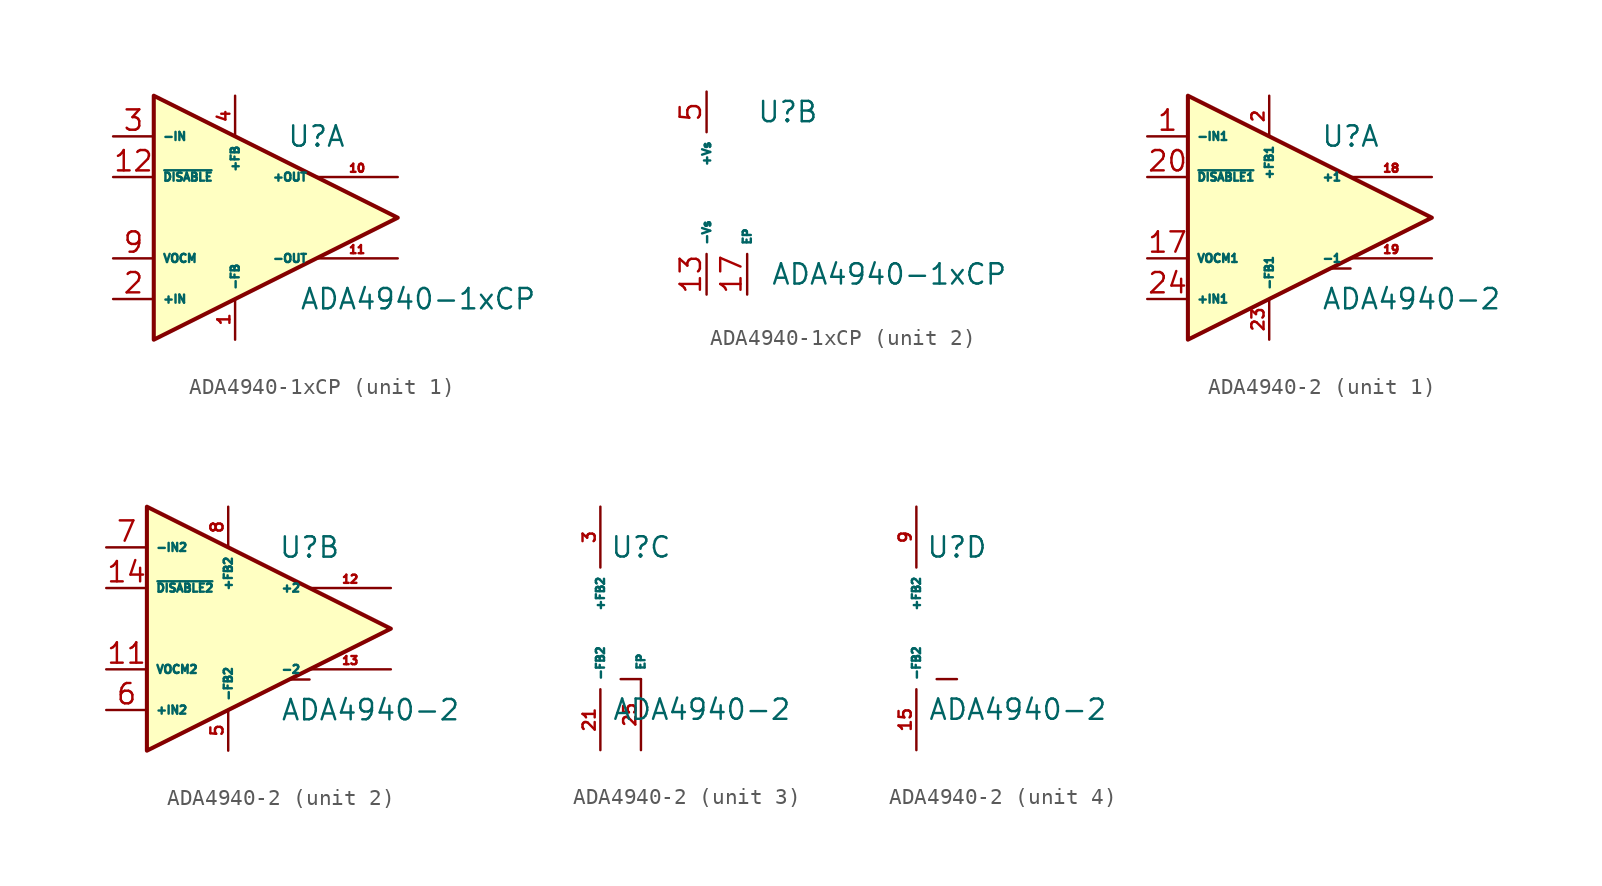
<source format=kicad_sym>
(kicad_symbol_lib
  (version 20201005)
  (generator kicad_symbol_editor)
  (symbol "ADA4940-1xCP"
    (property "Reference" "U"
      (at 5.08 5.08 0)
      (effects (font (size 1.27 1.27))))
    (property "Value" "ADA4940-1xCP"
      (at 11.43 -5.08 0)
      (effects (font (size 1.27 1.27))))
    (symbol "ADA4940-1xCP_1_1"
      (polyline (pts (xy -5.08 7.62) (xy -5.08 -7.62) (xy 10.16 0) (xy -5.08 7.62)) (stroke (width 0.254)) (fill (type background)))
      (pin input line (at 0 -7.62 90) (length 2.54) (name "-FB" (effects (font (size 0.508 0.508)))) (number "1" (effects (font (size 0.762 0.762)))))
      (pin output line (at 10.16 2.54 180) (length 5.08) (name "+OUT" (effects (font (size 0.508 0.508)))) (number "10" (effects (font (size 0.508 0.508)))))
      (pin output line (at 10.16 -2.54 180) (length 5.08) (name "-OUT" (effects (font (size 0.508 0.508)))) (number "11" (effects (font (size 0.508 0.508)))))
      (pin input line (at -7.62 2.54 0) (length 2.54) (name "~DISABLE" (effects (font (size 0.508 0.508)))) (number "12" (effects (font (size 1.27 1.27)))))
      (pin input line (at -7.62 -5.08 0) (length 2.54) (name "+IN" (effects (font (size 0.508 0.508)))) (number "2" (effects (font (size 1.27 1.27)))))
      (pin input line (at -7.62 5.08 0) (length 2.54) (name "-IN" (effects (font (size 0.508 0.508)))) (number "3" (effects (font (size 1.27 1.27)))))
      (pin input line (at 0 7.62 270) (length 2.54) (name "+FB" (effects (font (size 0.508 0.508)))) (number "4" (effects (font (size 0.762 0.762)))))
      (pin input line (at -7.62 -2.54 0) (length 2.54) (name "VOCM" (effects (font (size 0.508 0.508)))) (number "9" (effects (font (size 1.27 1.27))))))
    (symbol "ADA4940-1xCP_2_1"
      (pin power_in line (at 0 -6.35 90) (length 2.54) (name "-Vs" (effects (font (size 0.508 0.508)))) (number "13" (effects (font (size 1.27 1.27)))))
      (pin passive line (at 0 -6.35 90) (length 2.54) hide (name "-Vs" (effects (font (size 0.508 0.508)))) (number "14" (effects (font (size 1.27 1.27)))))
      (pin passive line (at 0 -6.35 90) (length 2.54) hide (name "-Vs" (effects (font (size 0.508 0.508)))) (number "15" (effects (font (size 1.27 1.27)))))
      (pin passive line (at 0 -6.35 90) (length 2.54) hide (name "-Vs" (effects (font (size 0.508 0.508)))) (number "16" (effects (font (size 1.27 1.27)))))
      (pin passive line (at 2.54 -6.35 90) (length 2.54) (name "EP" (effects (font (size 0.508 0.508)))) (number "17" (effects (font (size 1.27 1.27)))))
      (pin power_in line (at 0 6.35 270) (length 2.54) (name "+Vs" (effects (font (size 0.508 0.508)))) (number "5" (effects (font (size 1.27 1.27)))))
      (pin passive line (at 0 6.35 270) (length 2.54) hide (name "+Vs" (effects (font (size 0.508 0.508)))) (number "6" (effects (font (size 1.27 1.27)))))
      (pin passive line (at 0 6.35 270) (length 2.54) hide (name "+Vs" (effects (font (size 0.508 0.508)))) (number "7" (effects (font (size 1.27 1.27)))))
      (pin passive line (at 0 6.35 270) (length 2.54) hide (name "+Vs" (effects (font (size 0.508 0.508)))) (number "8" (effects (font (size 1.27 1.27)))))))
  (symbol "ADA4940-2"
    (property "Reference" "U"
      (at 5.08 5.08 0)
      (effects (font (size 1.27 1.27))))
    (property "Value" "ADA4940-2"
      (at 8.89 -5.08 0)
      (effects (font (size 1.27 1.27))))
    (symbol "ADA4940-2_0_1"
      (polyline (pts (xy 5.08 -3.175) (xy 3.81 -3.175)) (stroke (width 0)) (fill (type none))))
    (symbol "ADA4940-2_1_1"
      (polyline (pts (xy -5.08 7.62) (xy -5.08 -7.62) (xy 10.16 0) (xy -5.08 7.62)) (stroke (width 0.254)) (fill (type background)))
      (pin input line (at -7.62 5.08 0) (length 2.54) (name "-IN1" (effects (font (size 0.508 0.508)))) (number "1" (effects (font (size 1.27 1.27)))))
      (pin input line (at -7.62 -2.54 0) (length 2.54) (name "VOCM1" (effects (font (size 0.508 0.508)))) (number "17" (effects (font (size 1.27 1.27)))))
      (pin output line (at 10.16 2.54 180) (length 5.08) (name "+1" (effects (font (size 0.508 0.508)))) (number "18" (effects (font (size 0.508 0.508)))))
      (pin output line (at 10.16 -2.54 180) (length 5.08) (name "-1" (effects (font (size 0.508 0.508)))) (number "19" (effects (font (size 0.508 0.508)))))
      (pin input line (at 0 7.62 270) (length 2.54) (name "+FB1" (effects (font (size 0.508 0.508)))) (number "2" (effects (font (size 0.762 0.762)))))
      (pin input line (at -7.62 2.54 0) (length 2.54) (name "~DISABLE1" (effects (font (size 0.508 0.508)))) (number "20" (effects (font (size 1.27 1.27)))))
      (pin input line (at 0 -7.62 90) (length 2.54) (name "-FB1" (effects (font (size 0.508 0.508)))) (number "23" (effects (font (size 0.762 0.762)))))
      (pin input line (at -7.62 -5.08 0) (length 2.54) (name "+IN1" (effects (font (size 0.508 0.508)))) (number "24" (effects (font (size 1.27 1.27))))))
    (symbol "ADA4940-2_2_1"
      (polyline (pts (xy -5.08 7.62) (xy -5.08 -7.62) (xy 10.16 0) (xy -5.08 7.62)) (stroke (width 0.254)) (fill (type background)))
      (pin input line (at -7.62 -2.54 0) (length 2.54) (name "VOCM2" (effects (font (size 0.508 0.508)))) (number "11" (effects (font (size 1.27 1.27)))))
      (pin output line (at 10.16 2.54 180) (length 5.08) (name "+2" (effects (font (size 0.508 0.508)))) (number "12" (effects (font (size 0.508 0.508)))))
      (pin output line (at 10.16 -2.54 180) (length 5.08) (name "-2" (effects (font (size 0.508 0.508)))) (number "13" (effects (font (size 0.508 0.508)))))
      (pin input line (at -7.62 2.54 0) (length 2.54) (name "~DISABLE2" (effects (font (size 0.508 0.508)))) (number "14" (effects (font (size 1.27 1.27)))))
      (pin input line (at 0 -7.62 90) (length 2.54) (name "-FB2" (effects (font (size 0.508 0.508)))) (number "5" (effects (font (size 0.762 0.762)))))
      (pin input line (at -7.62 -5.08 0) (length 2.54) (name "+IN2" (effects (font (size 0.508 0.508)))) (number "6" (effects (font (size 1.27 1.27)))))
      (pin input line (at -7.62 5.08 0) (length 2.54) (name "-IN2" (effects (font (size 0.508 0.508)))) (number "7" (effects (font (size 1.27 1.27)))))
      (pin input line (at 0 7.62 270) (length 2.54) (name "+FB2" (effects (font (size 0.508 0.508)))) (number "8" (effects (font (size 0.762 0.762))))))
    (symbol "ADA4940-2_3_1"
      (pin input line (at 2.54 -7.62 90) (length 3.81) (name "-FB2" (effects (font (size 0.508 0.508)))) (number "21" (effects (font (size 0.762 0.762)))))
      (pin input line (at 2.54 -7.62 90) (length 3.81) hide (name "-FB2" (effects (font (size 0.508 0.508)))) (number "22" (effects (font (size 0.762 0.762)))))
      (pin passive line (at 5.08 -7.62 90) (length 4.445) (name "EP" (effects (font (size 0.508 0.508)))) (number "25" (effects (font (size 0.762 0.762)))))
      (pin input line (at 2.54 7.62 270) (length 3.81) (name "+FB2" (effects (font (size 0.508 0.508)))) (number "3" (effects (font (size 0.762 0.762)))))
      (pin input line (at 2.54 7.62 270) (length 3.81) hide (name "+FB2" (effects (font (size 0.508 0.508)))) (number "4" (effects (font (size 0.762 0.762))))))
    (symbol "ADA4940-2_4_1"
      (pin input line (at 2.54 7.62 270) (length 3.81) hide (name "+FB2" (effects (font (size 0.508 0.508)))) (number "10" (effects (font (size 0.762 0.762)))))
      (pin input line (at 2.54 -7.62 90) (length 3.81) (name "-FB2" (effects (font (size 0.508 0.508)))) (number "15" (effects (font (size 0.762 0.762)))))
      (pin input line (at 2.54 -7.62 90) (length 3.81) hide (name "-FB2" (effects (font (size 0.508 0.508)))) (number "16" (effects (font (size 0.762 0.762)))))
      (pin input line (at 2.54 7.62 270) (length 3.81) (name "+FB2" (effects (font (size 0.508 0.508)))) (number "9" (effects (font (size 0.762 0.762))))))))
</source>
